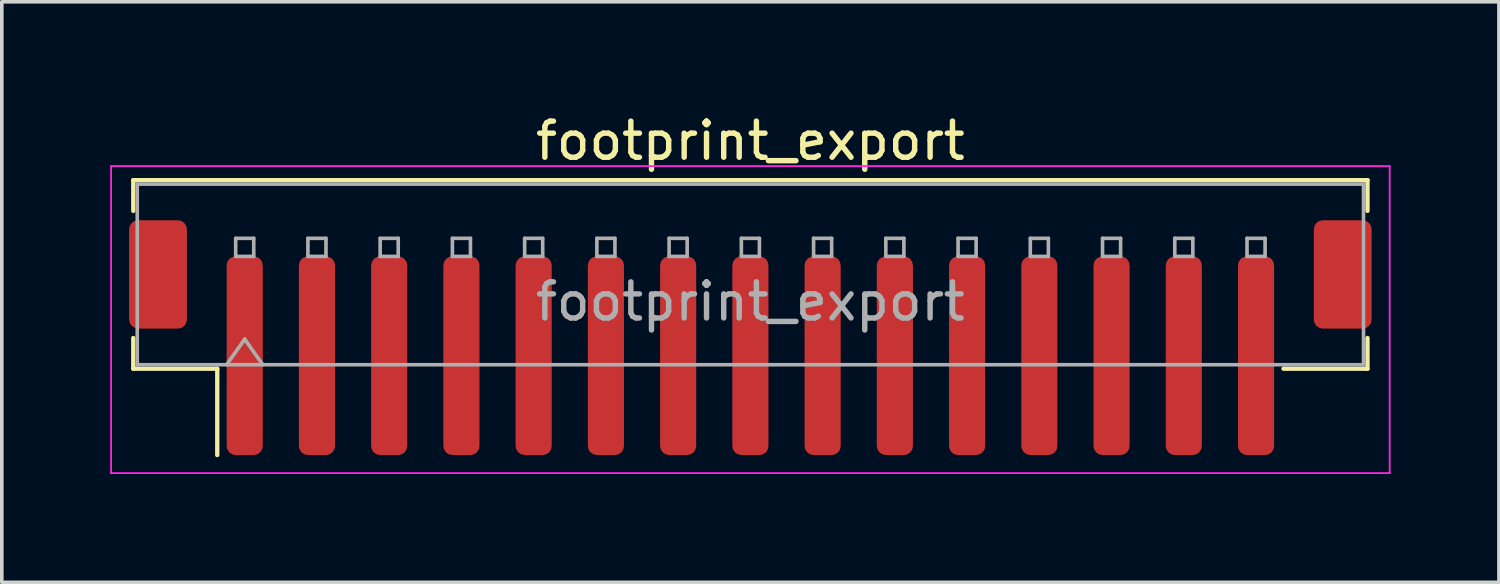
<source format=kicad_pcb>
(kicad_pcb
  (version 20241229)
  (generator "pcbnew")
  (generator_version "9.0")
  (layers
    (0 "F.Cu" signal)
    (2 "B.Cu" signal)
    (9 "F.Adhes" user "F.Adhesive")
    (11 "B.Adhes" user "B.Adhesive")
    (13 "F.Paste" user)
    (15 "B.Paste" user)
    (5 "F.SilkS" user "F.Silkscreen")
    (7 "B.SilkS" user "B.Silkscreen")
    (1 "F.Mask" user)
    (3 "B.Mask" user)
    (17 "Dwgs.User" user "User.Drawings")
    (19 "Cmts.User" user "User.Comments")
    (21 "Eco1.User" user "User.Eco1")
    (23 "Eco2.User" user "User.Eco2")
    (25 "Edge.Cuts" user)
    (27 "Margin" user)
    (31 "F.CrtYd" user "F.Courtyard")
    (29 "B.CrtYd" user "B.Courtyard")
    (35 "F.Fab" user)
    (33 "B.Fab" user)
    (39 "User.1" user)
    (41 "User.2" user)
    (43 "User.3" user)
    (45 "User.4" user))
  (footprint "footprint_export"
    (layer "F.Cu")
    (at 17.725 6.298)
    (property "Reference" "footprint_export" (at 0 -5.45 0) (layer "F.SilkS") (effects (font (size 1 1) (thickness 0.15))))
    (attr smd)
    (fp_line (start -17.085 -4.36) (end 17.085 -4.36) (stroke (width 0.12) (type solid)) (layer "F.SilkS"))
    (fp_line (start -17.085 -3.51) (end -17.085 -4.36) (stroke (width 0.12) (type solid)) (layer "F.SilkS"))
    (fp_line (start -17.085 0.01) (end -17.085 0.86) (stroke (width 0.12) (type solid)) (layer "F.SilkS"))
    (fp_line (start -17.085 0.86) (end -14.76 0.86) (stroke (width 0.12) (type solid)) (layer "F.SilkS"))
    (fp_line (start -14.76 0.86) (end -14.76 3.25) (stroke (width 0.12) (type solid)) (layer "F.SilkS"))
    (fp_line (start 17.085 -4.36) (end 17.085 -3.51) (stroke (width 0.12) (type solid)) (layer "F.SilkS"))
    (fp_line (start 17.085 0.01) (end 17.085 0.86) (stroke (width 0.12) (type solid)) (layer "F.SilkS"))
    (fp_line (start 17.085 0.86) (end 14.76 0.86) (stroke (width 0.12) (type solid)) (layer "F.SilkS"))
    (fp_line (start -17.7 -4.75) (end -17.7 3.75) (stroke (width 0.05) (type solid)) (layer "F.CrtYd"))
    (fp_line (start -17.7 3.75) (end 17.7 3.75) (stroke (width 0.05) (type solid)) (layer "F.CrtYd"))
    (fp_line (start 17.7 -4.75) (end -17.7 -4.75) (stroke (width 0.05) (type solid)) (layer "F.CrtYd"))
    (fp_line (start 17.7 3.75) (end 17.7 -4.75) (stroke (width 0.05) (type solid)) (layer "F.CrtYd"))
    (fp_line (start -16.975 -4.25) (end 16.975 -4.25) (stroke (width 0.1) (type solid)) (layer "F.Fab"))
    (fp_line (start -16.975 0.75) (end -16.975 -4.25) (stroke (width 0.1) (type solid)) (layer "F.Fab"))
    (fp_line (start -16.975 0.75) (end 16.975 0.75) (stroke (width 0.1) (type solid)) (layer "F.Fab"))
    (fp_line (start -14.5 0.75) (end -14 0.043) (stroke (width 0.1) (type solid)) (layer "F.Fab"))
    (fp_line (start -14.25 -2.75) (end -14.25 -2.25) (stroke (width 0.1) (type solid)) (layer "F.Fab"))
    (fp_line (start -14.25 -2.25) (end -13.75 -2.25) (stroke (width 0.1) (type solid)) (layer "F.Fab"))
    (fp_line (start -14 0.043) (end -13.5 0.75) (stroke (width 0.1) (type solid)) (layer "F.Fab"))
    (fp_line (start -13.75 -2.75) (end -14.25 -2.75) (stroke (width 0.1) (type solid)) (layer "F.Fab"))
    (fp_line (start -13.75 -2.25) (end -13.75 -2.75) (stroke (width 0.1) (type solid)) (layer "F.Fab"))
    (fp_line (start -12.25 -2.75) (end -12.25 -2.25) (stroke (width 0.1) (type solid)) (layer "F.Fab"))
    (fp_line (start -12.25 -2.25) (end -11.75 -2.25) (stroke (width 0.1) (type solid)) (layer "F.Fab"))
    (fp_line (start -11.75 -2.75) (end -12.25 -2.75) (stroke (width 0.1) (type solid)) (layer "F.Fab"))
    (fp_line (start -11.75 -2.25) (end -11.75 -2.75) (stroke (width 0.1) (type solid)) (layer "F.Fab"))
    (fp_line (start -10.25 -2.75) (end -10.25 -2.25) (stroke (width 0.1) (type solid)) (layer "F.Fab"))
    (fp_line (start -10.25 -2.25) (end -9.75 -2.25) (stroke (width 0.1) (type solid)) (layer "F.Fab"))
    (fp_line (start -9.75 -2.75) (end -10.25 -2.75) (stroke (width 0.1) (type solid)) (layer "F.Fab"))
    (fp_line (start -9.75 -2.25) (end -9.75 -2.75) (stroke (width 0.1) (type solid)) (layer "F.Fab"))
    (fp_line (start -8.25 -2.75) (end -8.25 -2.25) (stroke (width 0.1) (type solid)) (layer "F.Fab"))
    (fp_line (start -8.25 -2.25) (end -7.75 -2.25) (stroke (width 0.1) (type solid)) (layer "F.Fab"))
    (fp_line (start -7.75 -2.75) (end -8.25 -2.75) (stroke (width 0.1) (type solid)) (layer "F.Fab"))
    (fp_line (start -7.75 -2.25) (end -7.75 -2.75) (stroke (width 0.1) (type solid)) (layer "F.Fab"))
    (fp_line (start -6.25 -2.75) (end -6.25 -2.25) (stroke (width 0.1) (type solid)) (layer "F.Fab"))
    (fp_line (start -6.25 -2.25) (end -5.75 -2.25) (stroke (width 0.1) (type solid)) (layer "F.Fab"))
    (fp_line (start -5.75 -2.75) (end -6.25 -2.75) (stroke (width 0.1) (type solid)) (layer "F.Fab"))
    (fp_line (start -5.75 -2.25) (end -5.75 -2.75) (stroke (width 0.1) (type solid)) (layer "F.Fab"))
    (fp_line (start -4.25 -2.75) (end -4.25 -2.25) (stroke (width 0.1) (type solid)) (layer "F.Fab"))
    (fp_line (start -4.25 -2.25) (end -3.75 -2.25) (stroke (width 0.1) (type solid)) (layer "F.Fab"))
    (fp_line (start -3.75 -2.75) (end -4.25 -2.75) (stroke (width 0.1) (type solid)) (layer "F.Fab"))
    (fp_line (start -3.75 -2.25) (end -3.75 -2.75) (stroke (width 0.1) (type solid)) (layer "F.Fab"))
    (fp_line (start -2.25 -2.75) (end -2.25 -2.25) (stroke (width 0.1) (type solid)) (layer "F.Fab"))
    (fp_line (start -2.25 -2.25) (end -1.75 -2.25) (stroke (width 0.1) (type solid)) (layer "F.Fab"))
    (fp_line (start -1.75 -2.75) (end -2.25 -2.75) (stroke (width 0.1) (type solid)) (layer "F.Fab"))
    (fp_line (start -1.75 -2.25) (end -1.75 -2.75) (stroke (width 0.1) (type solid)) (layer "F.Fab"))
    (fp_line (start -0.25 -2.75) (end -0.25 -2.25) (stroke (width 0.1) (type solid)) (layer "F.Fab"))
    (fp_line (start -0.25 -2.25) (end 0.25 -2.25) (stroke (width 0.1) (type solid)) (layer "F.Fab"))
    (fp_line (start 0.25 -2.75) (end -0.25 -2.75) (stroke (width 0.1) (type solid)) (layer "F.Fab"))
    (fp_line (start 0.25 -2.25) (end 0.25 -2.75) (stroke (width 0.1) (type solid)) (layer "F.Fab"))
    (fp_line (start 1.75 -2.75) (end 1.75 -2.25) (stroke (width 0.1) (type solid)) (layer "F.Fab"))
    (fp_line (start 1.75 -2.25) (end 2.25 -2.25) (stroke (width 0.1) (type solid)) (layer "F.Fab"))
    (fp_line (start 2.25 -2.75) (end 1.75 -2.75) (stroke (width 0.1) (type solid)) (layer "F.Fab"))
    (fp_line (start 2.25 -2.25) (end 2.25 -2.75) (stroke (width 0.1) (type solid)) (layer "F.Fab"))
    (fp_line (start 3.75 -2.75) (end 3.75 -2.25) (stroke (width 0.1) (type solid)) (layer "F.Fab"))
    (fp_line (start 3.75 -2.25) (end 4.25 -2.25) (stroke (width 0.1) (type solid)) (layer "F.Fab"))
    (fp_line (start 4.25 -2.75) (end 3.75 -2.75) (stroke (width 0.1) (type solid)) (layer "F.Fab"))
    (fp_line (start 4.25 -2.25) (end 4.25 -2.75) (stroke (width 0.1) (type solid)) (layer "F.Fab"))
    (fp_line (start 5.75 -2.75) (end 5.75 -2.25) (stroke (width 0.1) (type solid)) (layer "F.Fab"))
    (fp_line (start 5.75 -2.25) (end 6.25 -2.25) (stroke (width 0.1) (type solid)) (layer "F.Fab"))
    (fp_line (start 6.25 -2.75) (end 5.75 -2.75) (stroke (width 0.1) (type solid)) (layer "F.Fab"))
    (fp_line (start 6.25 -2.25) (end 6.25 -2.75) (stroke (width 0.1) (type solid)) (layer "F.Fab"))
    (fp_line (start 7.75 -2.75) (end 7.75 -2.25) (stroke (width 0.1) (type solid)) (layer "F.Fab"))
    (fp_line (start 7.75 -2.25) (end 8.25 -2.25) (stroke (width 0.1) (type solid)) (layer "F.Fab"))
    (fp_line (start 8.25 -2.75) (end 7.75 -2.75) (stroke (width 0.1) (type solid)) (layer "F.Fab"))
    (fp_line (start 8.25 -2.25) (end 8.25 -2.75) (stroke (width 0.1) (type solid)) (layer "F.Fab"))
    (fp_line (start 9.75 -2.75) (end 9.75 -2.25) (stroke (width 0.1) (type solid)) (layer "F.Fab"))
    (fp_line (start 9.75 -2.25) (end 10.25 -2.25) (stroke (width 0.1) (type solid)) (layer "F.Fab"))
    (fp_line (start 10.25 -2.75) (end 9.75 -2.75) (stroke (width 0.1) (type solid)) (layer "F.Fab"))
    (fp_line (start 10.25 -2.25) (end 10.25 -2.75) (stroke (width 0.1) (type solid)) (layer "F.Fab"))
    (fp_line (start 11.75 -2.75) (end 11.75 -2.25) (stroke (width 0.1) (type solid)) (layer "F.Fab"))
    (fp_line (start 11.75 -2.25) (end 12.25 -2.25) (stroke (width 0.1) (type solid)) (layer "F.Fab"))
    (fp_line (start 12.25 -2.75) (end 11.75 -2.75) (stroke (width 0.1) (type solid)) (layer "F.Fab"))
    (fp_line (start 12.25 -2.25) (end 12.25 -2.75) (stroke (width 0.1) (type solid)) (layer "F.Fab"))
    (fp_line (start 13.75 -2.75) (end 13.75 -2.25) (stroke (width 0.1) (type solid)) (layer "F.Fab"))
    (fp_line (start 13.75 -2.25) (end 14.25 -2.25) (stroke (width 0.1) (type solid)) (layer "F.Fab"))
    (fp_line (start 14.25 -2.75) (end 13.75 -2.75) (stroke (width 0.1) (type solid)) (layer "F.Fab"))
    (fp_line (start 14.25 -2.25) (end 14.25 -2.75) (stroke (width 0.1) (type solid)) (layer "F.Fab"))
    (fp_line (start 16.975 0.75) (end 16.975 -4.25) (stroke (width 0.1) (type solid)) (layer "F.Fab"))
    (fp_text user "${REFERENCE}" (at 0 -1 0) (layer "F.Fab") (effects (font (size 1 1) (thickness 0.15))))
    (pad "1" smd roundrect (at -14 0.5) (size 1 5.5) (layers "F.Cu" "F.Mask" "F.Paste") (roundrect_rratio 0.25))
    (pad "2" smd roundrect (at -12 0.5) (size 1 5.5) (layers "F.Cu" "F.Mask" "F.Paste") (roundrect_rratio 0.25))
    (pad "3" smd roundrect (at -10 0.5) (size 1 5.5) (layers "F.Cu" "F.Mask" "F.Paste") (roundrect_rratio 0.25))
    (pad "4" smd roundrect (at -8 0.5) (size 1 5.5) (layers "F.Cu" "F.Mask" "F.Paste") (roundrect_rratio 0.25))
    (pad "5" smd roundrect (at -6 0.5) (size 1 5.5) (layers "F.Cu" "F.Mask" "F.Paste") (roundrect_rratio 0.25))
    (pad "6" smd roundrect (at -4 0.5) (size 1 5.5) (layers "F.Cu" "F.Mask" "F.Paste") (roundrect_rratio 0.25))
    (pad "7" smd roundrect (at -2 0.5) (size 1 5.5) (layers "F.Cu" "F.Mask" "F.Paste") (roundrect_rratio 0.25))
    (pad "8" smd roundrect (at 0 0.5) (size 1 5.5) (layers "F.Cu" "F.Mask" "F.Paste") (roundrect_rratio 0.25))
    (pad "9" smd roundrect (at 2 0.5) (size 1 5.5) (layers "F.Cu" "F.Mask" "F.Paste") (roundrect_rratio 0.25))
    (pad "10" smd roundrect (at 4 0.5) (size 1 5.5) (layers "F.Cu" "F.Mask" "F.Paste") (roundrect_rratio 0.25))
    (pad "11" smd roundrect (at 6 0.5) (size 1 5.5) (layers "F.Cu" "F.Mask" "F.Paste") (roundrect_rratio 0.25))
    (pad "12" smd roundrect (at 8 0.5) (size 1 5.5) (layers "F.Cu" "F.Mask" "F.Paste") (roundrect_rratio 0.25))
    (pad "13" smd roundrect (at 10 0.5) (size 1 5.5) (layers "F.Cu" "F.Mask" "F.Paste") (roundrect_rratio 0.25))
    (pad "14" smd roundrect (at 12 0.5) (size 1 5.5) (layers "F.Cu" "F.Mask" "F.Paste") (roundrect_rratio 0.25))
    (pad "15" smd roundrect (at 14 0.5) (size 1 5.5) (layers "F.Cu" "F.Mask" "F.Paste") (roundrect_rratio 0.25))
    (pad "MP" smd roundrect (at -16.4 -1.75) (size 1.6 3) (layers "F.Cu" "F.Mask" "F.Paste") (roundrect_rratio 0.156))
    (pad "MP" smd roundrect (at 16.4 -1.75) (size 1.6 3) (layers "F.Cu" "F.Mask" "F.Paste") (roundrect_rratio 0.156)))
  (gr_rect
    (start -3 -3)
    (end 38.45 13.073)
    (stroke (width 0.1) (type default))
    (fill no)
    (layer "Edge.Cuts")))
</source>
